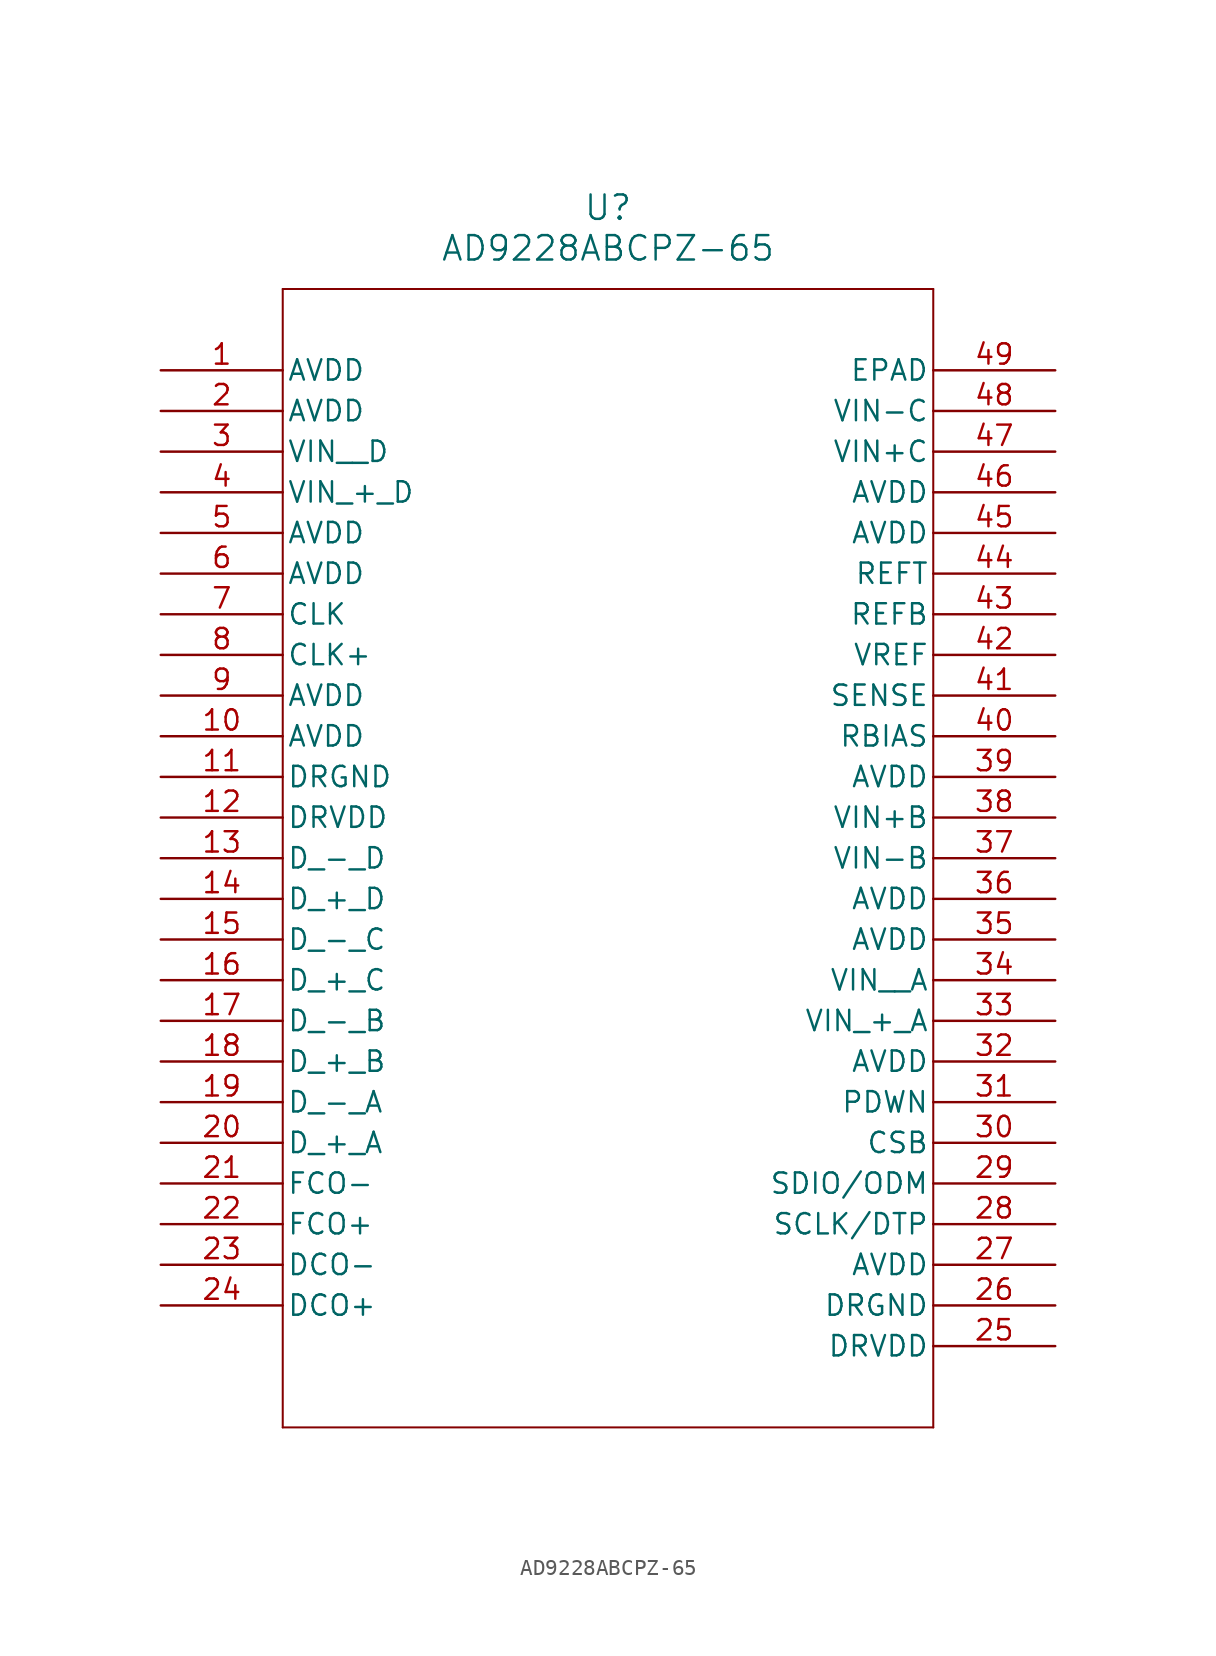
<source format=kicad_sym>
(kicad_symbol_lib
  (version 20211014)
  (generator kicad_symbol_editor)
  (symbol "AD9228ABCPZ-65"
    (pin_names
      (offset 0.254))
    (property "Reference" "U"
      (at 27.94 10.16 0)
      (effects (font (size 1.524 1.524))))
    (property "Value" "AD9228ABCPZ-65"
      (at 27.94 7.62 0)
      (effects (font (size 1.524 1.524))))
    (symbol "AD9228ABCPZ-65_0_1"
      (polyline (pts (xy 7.62 5.08) (xy 7.62 -66.04)) (stroke (width 0.127) (type default) (color 0 0 0 0)) (fill (type none)))
      (polyline (pts (xy 7.62 -66.04) (xy 48.26 -66.04)) (stroke (width 0.127) (type default) (color 0 0 0 0)) (fill (type none)))
      (polyline (pts (xy 48.26 -66.04) (xy 48.26 5.08)) (stroke (width 0.127) (type default) (color 0 0 0 0)) (fill (type none)))
      (polyline (pts (xy 48.26 5.08) (xy 7.62 5.08)) (stroke (width 0.127) (type default) (color 0 0 0 0)) (fill (type none)))
      (pin power_in line (at 0 0 0) (length 7.62) (name "AVDD" (effects (font (size 1.27 1.27)))) (number "1" (effects (font (size 1.27 1.27)))))
      (pin power_in line (at 0 -2.54 0) (length 7.62) (name "AVDD" (effects (font (size 1.27 1.27)))) (number "2" (effects (font (size 1.27 1.27)))))
      (pin power_in line (at 0 -5.08 0) (length 7.62) (name "VIN  D" (effects (font (size 1.27 1.27)))) (number "3" (effects (font (size 1.27 1.27)))))
      (pin power_in line (at 0 -7.62 0) (length 7.62) (name "VIN + D" (effects (font (size 1.27 1.27)))) (number "4" (effects (font (size 1.27 1.27)))))
      (pin power_in line (at 0 -10.16 0) (length 7.62) (name "AVDD" (effects (font (size 1.27 1.27)))) (number "5" (effects (font (size 1.27 1.27)))))
      (pin power_in line (at 0 -12.7 0) (length 7.62) (name "AVDD" (effects (font (size 1.27 1.27)))) (number "6" (effects (font (size 1.27 1.27)))))
      (pin unspecified line (at 0 -15.24 0) (length 7.62) (name "CLK" (effects (font (size 1.27 1.27)))) (number "7" (effects (font (size 1.27 1.27)))))
      (pin unspecified line (at 0 -17.78 0) (length 7.62) (name "CLK+" (effects (font (size 1.27 1.27)))) (number "8" (effects (font (size 1.27 1.27)))))
      (pin power_in line (at 0 -20.32 0) (length 7.62) (name "AVDD" (effects (font (size 1.27 1.27)))) (number "9" (effects (font (size 1.27 1.27)))))
      (pin power_in line (at 0 -22.86 0) (length 7.62) (name "AVDD" (effects (font (size 1.27 1.27)))) (number "10" (effects (font (size 1.27 1.27)))))
      (pin power_out line (at 0 -25.4 0) (length 7.62) (name "DRGND" (effects (font (size 1.27 1.27)))) (number "11" (effects (font (size 1.27 1.27)))))
      (pin power_in line (at 0 -27.94 0) (length 7.62) (name "DRVDD" (effects (font (size 1.27 1.27)))) (number "12" (effects (font (size 1.27 1.27)))))
      (pin unspecified line (at 0 -30.48 0) (length 7.62) (name "D - D" (effects (font (size 1.27 1.27)))) (number "13" (effects (font (size 1.27 1.27)))))
      (pin unspecified line (at 0 -33.02 0) (length 7.62) (name "D + D" (effects (font (size 1.27 1.27)))) (number "14" (effects (font (size 1.27 1.27)))))
      (pin unspecified line (at 0 -35.56 0) (length 7.62) (name "D - C" (effects (font (size 1.27 1.27)))) (number "15" (effects (font (size 1.27 1.27)))))
      (pin unspecified line (at 0 -38.1 0) (length 7.62) (name "D + C" (effects (font (size 1.27 1.27)))) (number "16" (effects (font (size 1.27 1.27)))))
      (pin unspecified line (at 0 -40.64 0) (length 7.62) (name "D - B" (effects (font (size 1.27 1.27)))) (number "17" (effects (font (size 1.27 1.27)))))
      (pin unspecified line (at 0 -43.18 0) (length 7.62) (name "D + B" (effects (font (size 1.27 1.27)))) (number "18" (effects (font (size 1.27 1.27)))))
      (pin unspecified line (at 0 -45.72 0) (length 7.62) (name "D - A" (effects (font (size 1.27 1.27)))) (number "19" (effects (font (size 1.27 1.27)))))
      (pin unspecified line (at 0 -48.26 0) (length 7.62) (name "D + A" (effects (font (size 1.27 1.27)))) (number "20" (effects (font (size 1.27 1.27)))))
      (pin output line (at 0 -50.8 0) (length 7.62) (name "FCO-" (effects (font (size 1.27 1.27)))) (number "21" (effects (font (size 1.27 1.27)))))
      (pin output line (at 0 -53.34 0) (length 7.62) (name "FCO+" (effects (font (size 1.27 1.27)))) (number "22" (effects (font (size 1.27 1.27)))))
      (pin output line (at 0 -55.88 0) (length 7.62) (name "DCO-" (effects (font (size 1.27 1.27)))) (number "23" (effects (font (size 1.27 1.27)))))
      (pin output line (at 0 -58.42 0) (length 7.62) (name "DCO+" (effects (font (size 1.27 1.27)))) (number "24" (effects (font (size 1.27 1.27)))))
      (pin power_in line (at 55.88 -60.96 180) (length 7.62) (name "DRVDD" (effects (font (size 1.27 1.27)))) (number "25" (effects (font (size 1.27 1.27)))))
      (pin power_out line (at 55.88 -58.42 180) (length 7.62) (name "DRGND" (effects (font (size 1.27 1.27)))) (number "26" (effects (font (size 1.27 1.27)))))
      (pin power_in line (at 55.88 -55.88 180) (length 7.62) (name "AVDD" (effects (font (size 1.27 1.27)))) (number "27" (effects (font (size 1.27 1.27)))))
      (pin unspecified line (at 55.88 -53.34 180) (length 7.62) (name "SCLK/DTP" (effects (font (size 1.27 1.27)))) (number "28" (effects (font (size 1.27 1.27)))))
      (pin bidirectional line (at 55.88 -50.8 180) (length 7.62) (name "SDIO/ODM" (effects (font (size 1.27 1.27)))) (number "29" (effects (font (size 1.27 1.27)))))
      (pin unspecified line (at 55.88 -48.26 180) (length 7.62) (name "CSB" (effects (font (size 1.27 1.27)))) (number "30" (effects (font (size 1.27 1.27)))))
      (pin power_in line (at 55.88 -45.72 180) (length 7.62) (name "PDWN" (effects (font (size 1.27 1.27)))) (number "31" (effects (font (size 1.27 1.27)))))
      (pin power_in line (at 55.88 -43.18 180) (length 7.62) (name "AVDD" (effects (font (size 1.27 1.27)))) (number "32" (effects (font (size 1.27 1.27)))))
      (pin power_in line (at 55.88 -40.64 180) (length 7.62) (name "VIN + A" (effects (font (size 1.27 1.27)))) (number "33" (effects (font (size 1.27 1.27)))))
      (pin power_in line (at 55.88 -38.1 180) (length 7.62) (name "VIN  A" (effects (font (size 1.27 1.27)))) (number "34" (effects (font (size 1.27 1.27)))))
      (pin power_in line (at 55.88 -35.56 180) (length 7.62) (name "AVDD" (effects (font (size 1.27 1.27)))) (number "35" (effects (font (size 1.27 1.27)))))
      (pin power_in line (at 55.88 -33.02 180) (length 7.62) (name "AVDD" (effects (font (size 1.27 1.27)))) (number "36" (effects (font (size 1.27 1.27)))))
      (pin power_in line (at 55.88 -30.48 180) (length 7.62) (name "VIN-B" (effects (font (size 1.27 1.27)))) (number "37" (effects (font (size 1.27 1.27)))))
      (pin power_in line (at 55.88 -27.94 180) (length 7.62) (name "VIN+B" (effects (font (size 1.27 1.27)))) (number "38" (effects (font (size 1.27 1.27)))))
      (pin power_in line (at 55.88 -25.4 180) (length 7.62) (name "AVDD" (effects (font (size 1.27 1.27)))) (number "39" (effects (font (size 1.27 1.27)))))
      (pin unspecified line (at 55.88 -22.86 180) (length 7.62) (name "RBIAS" (effects (font (size 1.27 1.27)))) (number "40" (effects (font (size 1.27 1.27)))))
      (pin unspecified line (at 55.88 -20.32 180) (length 7.62) (name "SENSE" (effects (font (size 1.27 1.27)))) (number "41" (effects (font (size 1.27 1.27)))))
      (pin power_in line (at 55.88 -17.78 180) (length 7.62) (name "VREF" (effects (font (size 1.27 1.27)))) (number "42" (effects (font (size 1.27 1.27)))))
      (pin unspecified line (at 55.88 -15.24 180) (length 7.62) (name "REFB" (effects (font (size 1.27 1.27)))) (number "43" (effects (font (size 1.27 1.27)))))
      (pin unspecified line (at 55.88 -12.7 180) (length 7.62) (name "REFT" (effects (font (size 1.27 1.27)))) (number "44" (effects (font (size 1.27 1.27)))))
      (pin power_in line (at 55.88 -10.16 180) (length 7.62) (name "AVDD" (effects (font (size 1.27 1.27)))) (number "45" (effects (font (size 1.27 1.27)))))
      (pin power_in line (at 55.88 -7.62 180) (length 7.62) (name "AVDD" (effects (font (size 1.27 1.27)))) (number "46" (effects (font (size 1.27 1.27)))))
      (pin power_in line (at 55.88 -5.08 180) (length 7.62) (name "VIN+C" (effects (font (size 1.27 1.27)))) (number "47" (effects (font (size 1.27 1.27)))))
      (pin power_in line (at 55.88 -2.54 180) (length 7.62) (name "VIN-C" (effects (font (size 1.27 1.27)))) (number "48" (effects (font (size 1.27 1.27)))))
      (pin unspecified line (at 55.88 0 180) (length 7.62) (name "EPAD" (effects (font (size 1.27 1.27)))) (number "49" (effects (font (size 1.27 1.27))))))))
</source>
